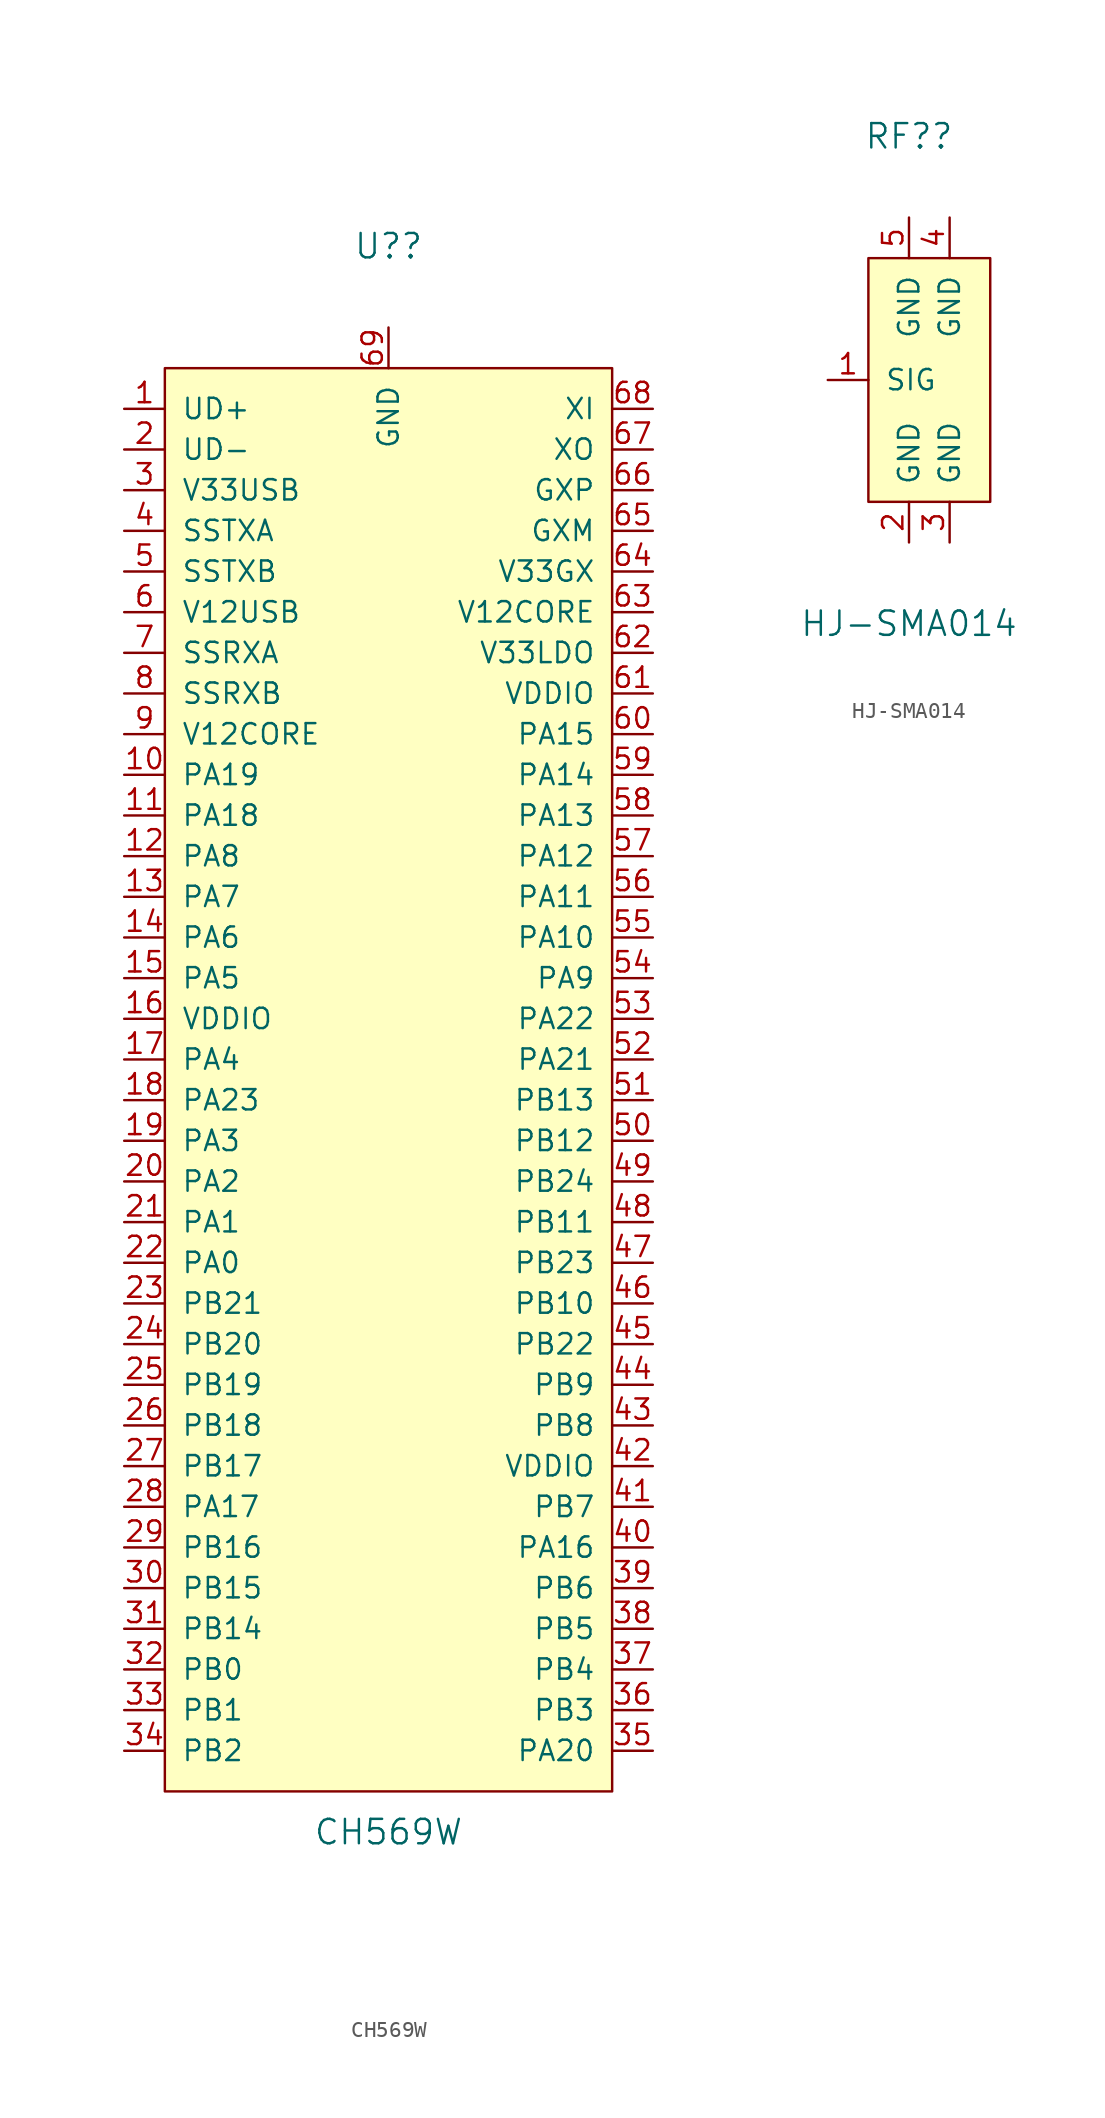
<source format=kicad_sym>
(kicad_symbol_lib
  (version 20211014)
  (generator kicad_symbol_editor)
  (symbol "CH569W"
    (pin_names
      (offset 1.016))
    (property "Reference" "U?"
      (at 0 52.07 0)
      (effects (font (size 1.524 1.524))))
    (property "Value" "CH569W"
      (at 0 -46.99 0)
      (effects (font (size 1.524 1.524))))
    (property "ki_locked" ""
      (at 0 0 0)
      (effects (font (size 1.27 1.27))))
    (symbol "CH569W_1_1"
      (rectangle (start -13.97 44.45) (end 13.97 -44.45) (stroke (width 0) (type default) (color 0 0 0 0)) (fill (type background)))
      (pin unspecified line (at -16.51 41.91 0) (length 2.54) (name "UD+" (effects (font (size 1.27 1.27)))) (number "1" (effects (font (size 1.27 1.27)))))
      (pin unspecified line (at -16.51 19.05 0) (length 2.54) (name "PA19" (effects (font (size 1.27 1.27)))) (number "10" (effects (font (size 1.27 1.27)))))
      (pin unspecified line (at -16.51 16.51 0) (length 2.54) (name "PA18" (effects (font (size 1.27 1.27)))) (number "11" (effects (font (size 1.27 1.27)))))
      (pin unspecified line (at -16.51 13.97 0) (length 2.54) (name "PA8" (effects (font (size 1.27 1.27)))) (number "12" (effects (font (size 1.27 1.27)))))
      (pin unspecified line (at -16.51 11.43 0) (length 2.54) (name "PA7" (effects (font (size 1.27 1.27)))) (number "13" (effects (font (size 1.27 1.27)))))
      (pin unspecified line (at -16.51 8.89 0) (length 2.54) (name "PA6" (effects (font (size 1.27 1.27)))) (number "14" (effects (font (size 1.27 1.27)))))
      (pin unspecified line (at -16.51 6.35 0) (length 2.54) (name "PA5" (effects (font (size 1.27 1.27)))) (number "15" (effects (font (size 1.27 1.27)))))
      (pin unspecified line (at -16.51 3.81 0) (length 2.54) (name "VDDIO" (effects (font (size 1.27 1.27)))) (number "16" (effects (font (size 1.27 1.27)))))
      (pin unspecified line (at -16.51 1.27 0) (length 2.54) (name "PA4" (effects (font (size 1.27 1.27)))) (number "17" (effects (font (size 1.27 1.27)))))
      (pin unspecified line (at -16.51 -1.27 0) (length 2.54) (name "PA23" (effects (font (size 1.27 1.27)))) (number "18" (effects (font (size 1.27 1.27)))))
      (pin unspecified line (at -16.51 -3.81 0) (length 2.54) (name "PA3" (effects (font (size 1.27 1.27)))) (number "19" (effects (font (size 1.27 1.27)))))
      (pin unspecified line (at -16.51 39.37 0) (length 2.54) (name "UD-" (effects (font (size 1.27 1.27)))) (number "2" (effects (font (size 1.27 1.27)))))
      (pin unspecified line (at -16.51 -6.35 0) (length 2.54) (name "PA2" (effects (font (size 1.27 1.27)))) (number "20" (effects (font (size 1.27 1.27)))))
      (pin unspecified line (at -16.51 -8.89 0) (length 2.54) (name "PA1" (effects (font (size 1.27 1.27)))) (number "21" (effects (font (size 1.27 1.27)))))
      (pin unspecified line (at -16.51 -11.43 0) (length 2.54) (name "PA0" (effects (font (size 1.27 1.27)))) (number "22" (effects (font (size 1.27 1.27)))))
      (pin unspecified line (at -16.51 -13.97 0) (length 2.54) (name "PB21" (effects (font (size 1.27 1.27)))) (number "23" (effects (font (size 1.27 1.27)))))
      (pin unspecified line (at -16.51 -16.51 0) (length 2.54) (name "PB20" (effects (font (size 1.27 1.27)))) (number "24" (effects (font (size 1.27 1.27)))))
      (pin unspecified line (at -16.51 -19.05 0) (length 2.54) (name "PB19" (effects (font (size 1.27 1.27)))) (number "25" (effects (font (size 1.27 1.27)))))
      (pin unspecified line (at -16.51 -21.59 0) (length 2.54) (name "PB18" (effects (font (size 1.27 1.27)))) (number "26" (effects (font (size 1.27 1.27)))))
      (pin unspecified line (at -16.51 -24.13 0) (length 2.54) (name "PB17" (effects (font (size 1.27 1.27)))) (number "27" (effects (font (size 1.27 1.27)))))
      (pin unspecified line (at -16.51 -26.67 0) (length 2.54) (name "PA17" (effects (font (size 1.27 1.27)))) (number "28" (effects (font (size 1.27 1.27)))))
      (pin unspecified line (at -16.51 -29.21 0) (length 2.54) (name "PB16" (effects (font (size 1.27 1.27)))) (number "29" (effects (font (size 1.27 1.27)))))
      (pin unspecified line (at -16.51 36.83 0) (length 2.54) (name "V33USB" (effects (font (size 1.27 1.27)))) (number "3" (effects (font (size 1.27 1.27)))))
      (pin unspecified line (at -16.51 -31.75 0) (length 2.54) (name "PB15" (effects (font (size 1.27 1.27)))) (number "30" (effects (font (size 1.27 1.27)))))
      (pin unspecified line (at -16.51 -34.29 0) (length 2.54) (name "PB14" (effects (font (size 1.27 1.27)))) (number "31" (effects (font (size 1.27 1.27)))))
      (pin unspecified line (at -16.51 -36.83 0) (length 2.54) (name "PB0" (effects (font (size 1.27 1.27)))) (number "32" (effects (font (size 1.27 1.27)))))
      (pin unspecified line (at -16.51 -39.37 0) (length 2.54) (name "PB1" (effects (font (size 1.27 1.27)))) (number "33" (effects (font (size 1.27 1.27)))))
      (pin unspecified line (at -16.51 -41.91 0) (length 2.54) (name "PB2" (effects (font (size 1.27 1.27)))) (number "34" (effects (font (size 1.27 1.27)))))
      (pin unspecified line (at 16.51 -41.91 180) (length 2.54) (name "PA20" (effects (font (size 1.27 1.27)))) (number "35" (effects (font (size 1.27 1.27)))))
      (pin unspecified line (at 16.51 -39.37 180) (length 2.54) (name "PB3" (effects (font (size 1.27 1.27)))) (number "36" (effects (font (size 1.27 1.27)))))
      (pin unspecified line (at 16.51 -36.83 180) (length 2.54) (name "PB4" (effects (font (size 1.27 1.27)))) (number "37" (effects (font (size 1.27 1.27)))))
      (pin unspecified line (at 16.51 -34.29 180) (length 2.54) (name "PB5" (effects (font (size 1.27 1.27)))) (number "38" (effects (font (size 1.27 1.27)))))
      (pin unspecified line (at 16.51 -31.75 180) (length 2.54) (name "PB6" (effects (font (size 1.27 1.27)))) (number "39" (effects (font (size 1.27 1.27)))))
      (pin unspecified line (at -16.51 34.29 0) (length 2.54) (name "SSTXA" (effects (font (size 1.27 1.27)))) (number "4" (effects (font (size 1.27 1.27)))))
      (pin unspecified line (at 16.51 -29.21 180) (length 2.54) (name "PA16" (effects (font (size 1.27 1.27)))) (number "40" (effects (font (size 1.27 1.27)))))
      (pin unspecified line (at 16.51 -26.67 180) (length 2.54) (name "PB7" (effects (font (size 1.27 1.27)))) (number "41" (effects (font (size 1.27 1.27)))))
      (pin unspecified line (at 16.51 -24.13 180) (length 2.54) (name "VDDIO" (effects (font (size 1.27 1.27)))) (number "42" (effects (font (size 1.27 1.27)))))
      (pin unspecified line (at 16.51 -21.59 180) (length 2.54) (name "PB8" (effects (font (size 1.27 1.27)))) (number "43" (effects (font (size 1.27 1.27)))))
      (pin unspecified line (at 16.51 -19.05 180) (length 2.54) (name "PB9" (effects (font (size 1.27 1.27)))) (number "44" (effects (font (size 1.27 1.27)))))
      (pin unspecified line (at 16.51 -16.51 180) (length 2.54) (name "PB22" (effects (font (size 1.27 1.27)))) (number "45" (effects (font (size 1.27 1.27)))))
      (pin unspecified line (at 16.51 -13.97 180) (length 2.54) (name "PB10" (effects (font (size 1.27 1.27)))) (number "46" (effects (font (size 1.27 1.27)))))
      (pin unspecified line (at 16.51 -11.43 180) (length 2.54) (name "PB23" (effects (font (size 1.27 1.27)))) (number "47" (effects (font (size 1.27 1.27)))))
      (pin unspecified line (at 16.51 -8.89 180) (length 2.54) (name "PB11" (effects (font (size 1.27 1.27)))) (number "48" (effects (font (size 1.27 1.27)))))
      (pin unspecified line (at 16.51 -6.35 180) (length 2.54) (name "PB24" (effects (font (size 1.27 1.27)))) (number "49" (effects (font (size 1.27 1.27)))))
      (pin unspecified line (at -16.51 31.75 0) (length 2.54) (name "SSTXB" (effects (font (size 1.27 1.27)))) (number "5" (effects (font (size 1.27 1.27)))))
      (pin unspecified line (at 16.51 -3.81 180) (length 2.54) (name "PB12" (effects (font (size 1.27 1.27)))) (number "50" (effects (font (size 1.27 1.27)))))
      (pin unspecified line (at 16.51 -1.27 180) (length 2.54) (name "PB13" (effects (font (size 1.27 1.27)))) (number "51" (effects (font (size 1.27 1.27)))))
      (pin unspecified line (at 16.51 1.27 180) (length 2.54) (name "PA21" (effects (font (size 1.27 1.27)))) (number "52" (effects (font (size 1.27 1.27)))))
      (pin unspecified line (at 16.51 3.81 180) (length 2.54) (name "PA22" (effects (font (size 1.27 1.27)))) (number "53" (effects (font (size 1.27 1.27)))))
      (pin unspecified line (at 16.51 6.35 180) (length 2.54) (name "PA9" (effects (font (size 1.27 1.27)))) (number "54" (effects (font (size 1.27 1.27)))))
      (pin unspecified line (at 16.51 8.89 180) (length 2.54) (name "PA10" (effects (font (size 1.27 1.27)))) (number "55" (effects (font (size 1.27 1.27)))))
      (pin unspecified line (at 16.51 11.43 180) (length 2.54) (name "PA11" (effects (font (size 1.27 1.27)))) (number "56" (effects (font (size 1.27 1.27)))))
      (pin unspecified line (at 16.51 13.97 180) (length 2.54) (name "PA12" (effects (font (size 1.27 1.27)))) (number "57" (effects (font (size 1.27 1.27)))))
      (pin unspecified line (at 16.51 16.51 180) (length 2.54) (name "PA13" (effects (font (size 1.27 1.27)))) (number "58" (effects (font (size 1.27 1.27)))))
      (pin unspecified line (at 16.51 19.05 180) (length 2.54) (name "PA14" (effects (font (size 1.27 1.27)))) (number "59" (effects (font (size 1.27 1.27)))))
      (pin unspecified line (at -16.51 29.21 0) (length 2.54) (name "V12USB" (effects (font (size 1.27 1.27)))) (number "6" (effects (font (size 1.27 1.27)))))
      (pin unspecified line (at 16.51 21.59 180) (length 2.54) (name "PA15" (effects (font (size 1.27 1.27)))) (number "60" (effects (font (size 1.27 1.27)))))
      (pin unspecified line (at 16.51 24.13 180) (length 2.54) (name "VDDIO" (effects (font (size 1.27 1.27)))) (number "61" (effects (font (size 1.27 1.27)))))
      (pin unspecified line (at 16.51 26.67 180) (length 2.54) (name "V33LDO" (effects (font (size 1.27 1.27)))) (number "62" (effects (font (size 1.27 1.27)))))
      (pin unspecified line (at 16.51 29.21 180) (length 2.54) (name "V12CORE" (effects (font (size 1.27 1.27)))) (number "63" (effects (font (size 1.27 1.27)))))
      (pin unspecified line (at 16.51 31.75 180) (length 2.54) (name "V33GX" (effects (font (size 1.27 1.27)))) (number "64" (effects (font (size 1.27 1.27)))))
      (pin unspecified line (at 16.51 34.29 180) (length 2.54) (name "GXM" (effects (font (size 1.27 1.27)))) (number "65" (effects (font (size 1.27 1.27)))))
      (pin unspecified line (at 16.51 36.83 180) (length 2.54) (name "GXP" (effects (font (size 1.27 1.27)))) (number "66" (effects (font (size 1.27 1.27)))))
      (pin unspecified line (at 16.51 39.37 180) (length 2.54) (name "XO" (effects (font (size 1.27 1.27)))) (number "67" (effects (font (size 1.27 1.27)))))
      (pin unspecified line (at 16.51 41.91 180) (length 2.54) (name "XI" (effects (font (size 1.27 1.27)))) (number "68" (effects (font (size 1.27 1.27)))))
      (pin unspecified line (at 0 46.99 270) (length 2.54) (name "GND" (effects (font (size 1.27 1.27)))) (number "69" (effects (font (size 1.27 1.27)))))
      (pin unspecified line (at -16.51 26.67 0) (length 2.54) (name "SSRXA" (effects (font (size 1.27 1.27)))) (number "7" (effects (font (size 1.27 1.27)))))
      (pin unspecified line (at -16.51 24.13 0) (length 2.54) (name "SSRXB" (effects (font (size 1.27 1.27)))) (number "8" (effects (font (size 1.27 1.27)))))
      (pin unspecified line (at -16.51 21.59 0) (length 2.54) (name "V12CORE" (effects (font (size 1.27 1.27)))) (number "9" (effects (font (size 1.27 1.27)))))))
  (symbol "HJ-SMA014"
    (pin_names
      (offset 1.016))
    (property "Reference" "RF?"
      (at 0 15.24 0)
      (effects (font (size 1.524 1.524))))
    (property "Value" "HJ-SMA014"
      (at 0 -15.24 0)
      (effects (font (size 1.524 1.524))))
    (property "ki_locked" ""
      (at 0 0 0)
      (effects (font (size 1.27 1.27))))
    (symbol "HJ-SMA014_1_1"
      (rectangle (start -2.54 7.62) (end 5.08 -7.62) (stroke (width 0) (type default) (color 0 0 0 0)) (fill (type background)))
      (pin unspecified line (at -5.08 0 0) (length 2.54) (name "SIG" (effects (font (size 1.27 1.27)))) (number "1" (effects (font (size 1.27 1.27)))))
      (pin unspecified line (at 0 -10.16 90) (length 2.54) (name "GND" (effects (font (size 1.27 1.27)))) (number "2" (effects (font (size 1.27 1.27)))))
      (pin unspecified line (at 2.54 -10.16 90) (length 2.54) (name "GND" (effects (font (size 1.27 1.27)))) (number "3" (effects (font (size 1.27 1.27)))))
      (pin unspecified line (at 2.54 10.16 270) (length 2.54) (name "GND" (effects (font (size 1.27 1.27)))) (number "4" (effects (font (size 1.27 1.27)))))
      (pin unspecified line (at 0 10.16 270) (length 2.54) (name "GND" (effects (font (size 1.27 1.27)))) (number "5" (effects (font (size 1.27 1.27))))))))
</source>
